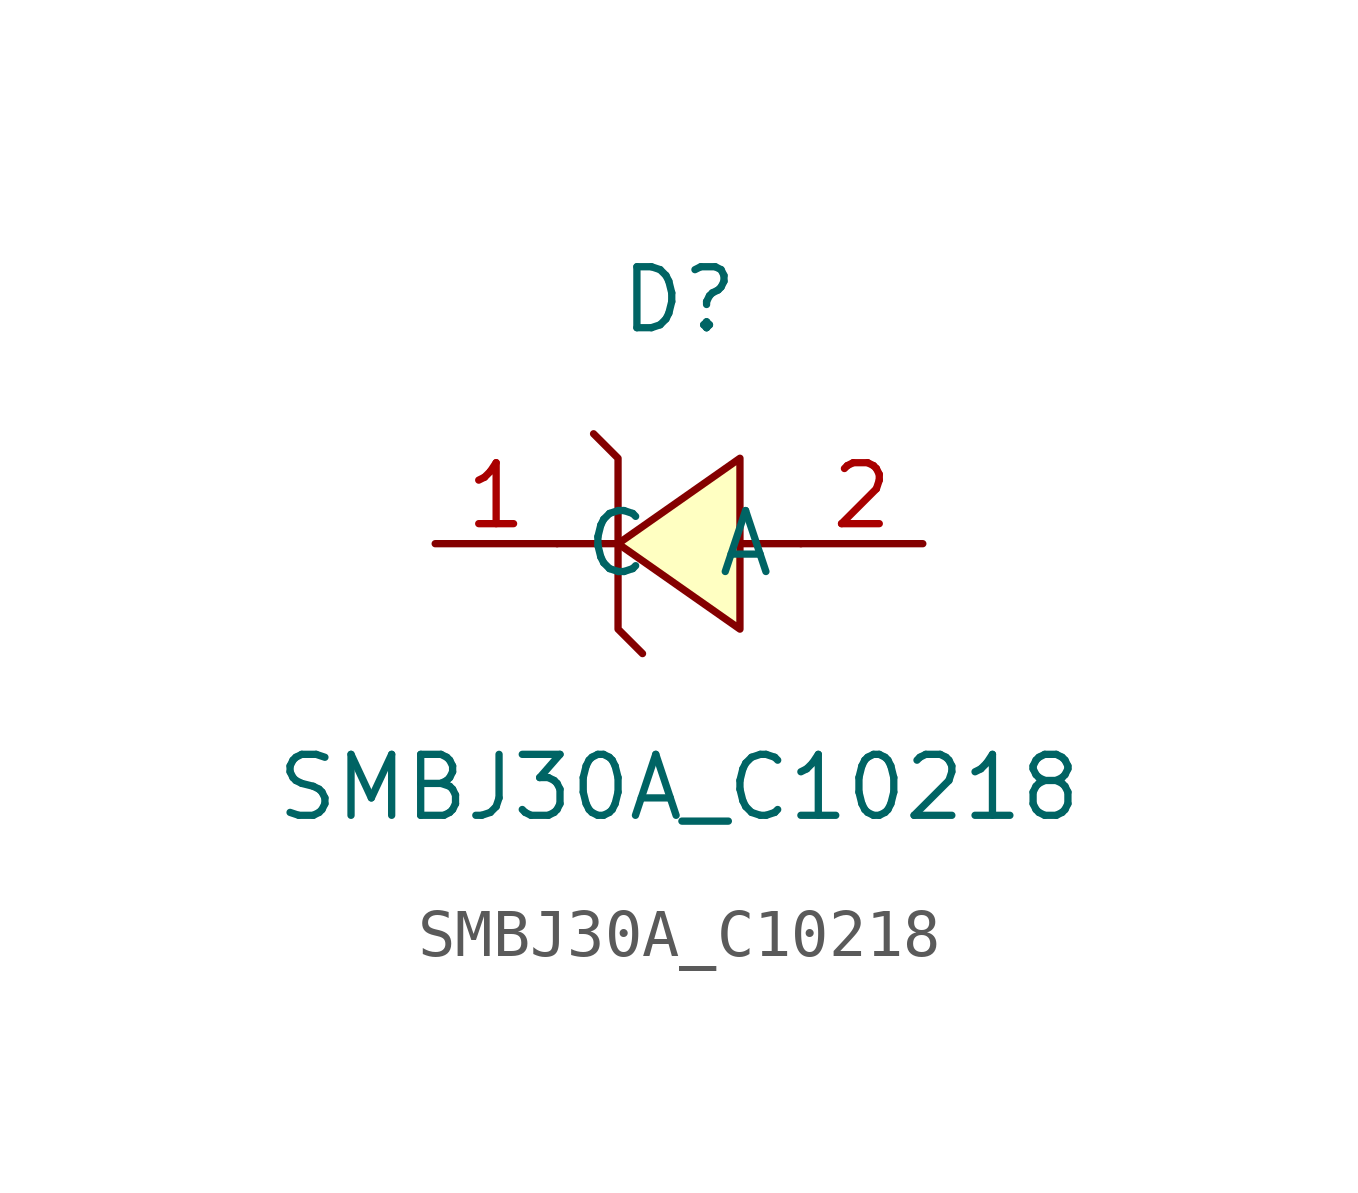
<source format=kicad_sym>
(kicad_symbol_lib
  (version 1)
  (generator "faebryk")
  (symbol "SMBJ30A_C10218"
    (property "Reference" "D"
      (at 0 5.08 0)
      (effects (font (size 1.27 1.27)) (hide no)))
    (property "Value" "SMBJ30A_C10218"
      (at 0 -5.08 0)
      (effects (font (size 1.27 1.27)) (hide no)))
    (symbol "SMBJ30A_C10218_0_1"
      (polyline (stroke (width 0) (type default) (color 0 0 0 0)) (fill (type background)) (pts (xy 1.27 1.78) (xy -1.27 0) (xy 1.27 -1.78) (xy 1.27 1.78)))
      (polyline (stroke (width 0) (type default) (color 0 0 0 0)) (fill (type none)) (pts (xy -1.78 2.29) (xy -1.78 2.29) (xy -1.27 1.78) (xy -1.27 -1.78) (xy -0.76 -2.29) (xy -0.76 -2.29)))
      (polyline (stroke (width 0) (type default) (color 0 0 0 0)) (fill (type none)) (pts (xy 2.54 0) (xy 1.27 0)))
      (polyline (stroke (width 0) (type default) (color 0 0 0 0)) (fill (type none)) (pts (xy -1.27 0) (xy -2.54 0)))
      (pin unspecified line (at 5.08 0 180) (length 2.54) (name "A" (effects (font (size 1.27 1.27)) (hide no))) (number "2" (effects (font (size 1.27 1.27)) (hide no))))
      (pin unspecified line (at -5.08 0 0) (length 2.54) (name "C" (effects (font (size 1.27 1.27)) (hide no))) (number "1" (effects (font (size 1.27 1.27)) (hide no)))))))
</source>
